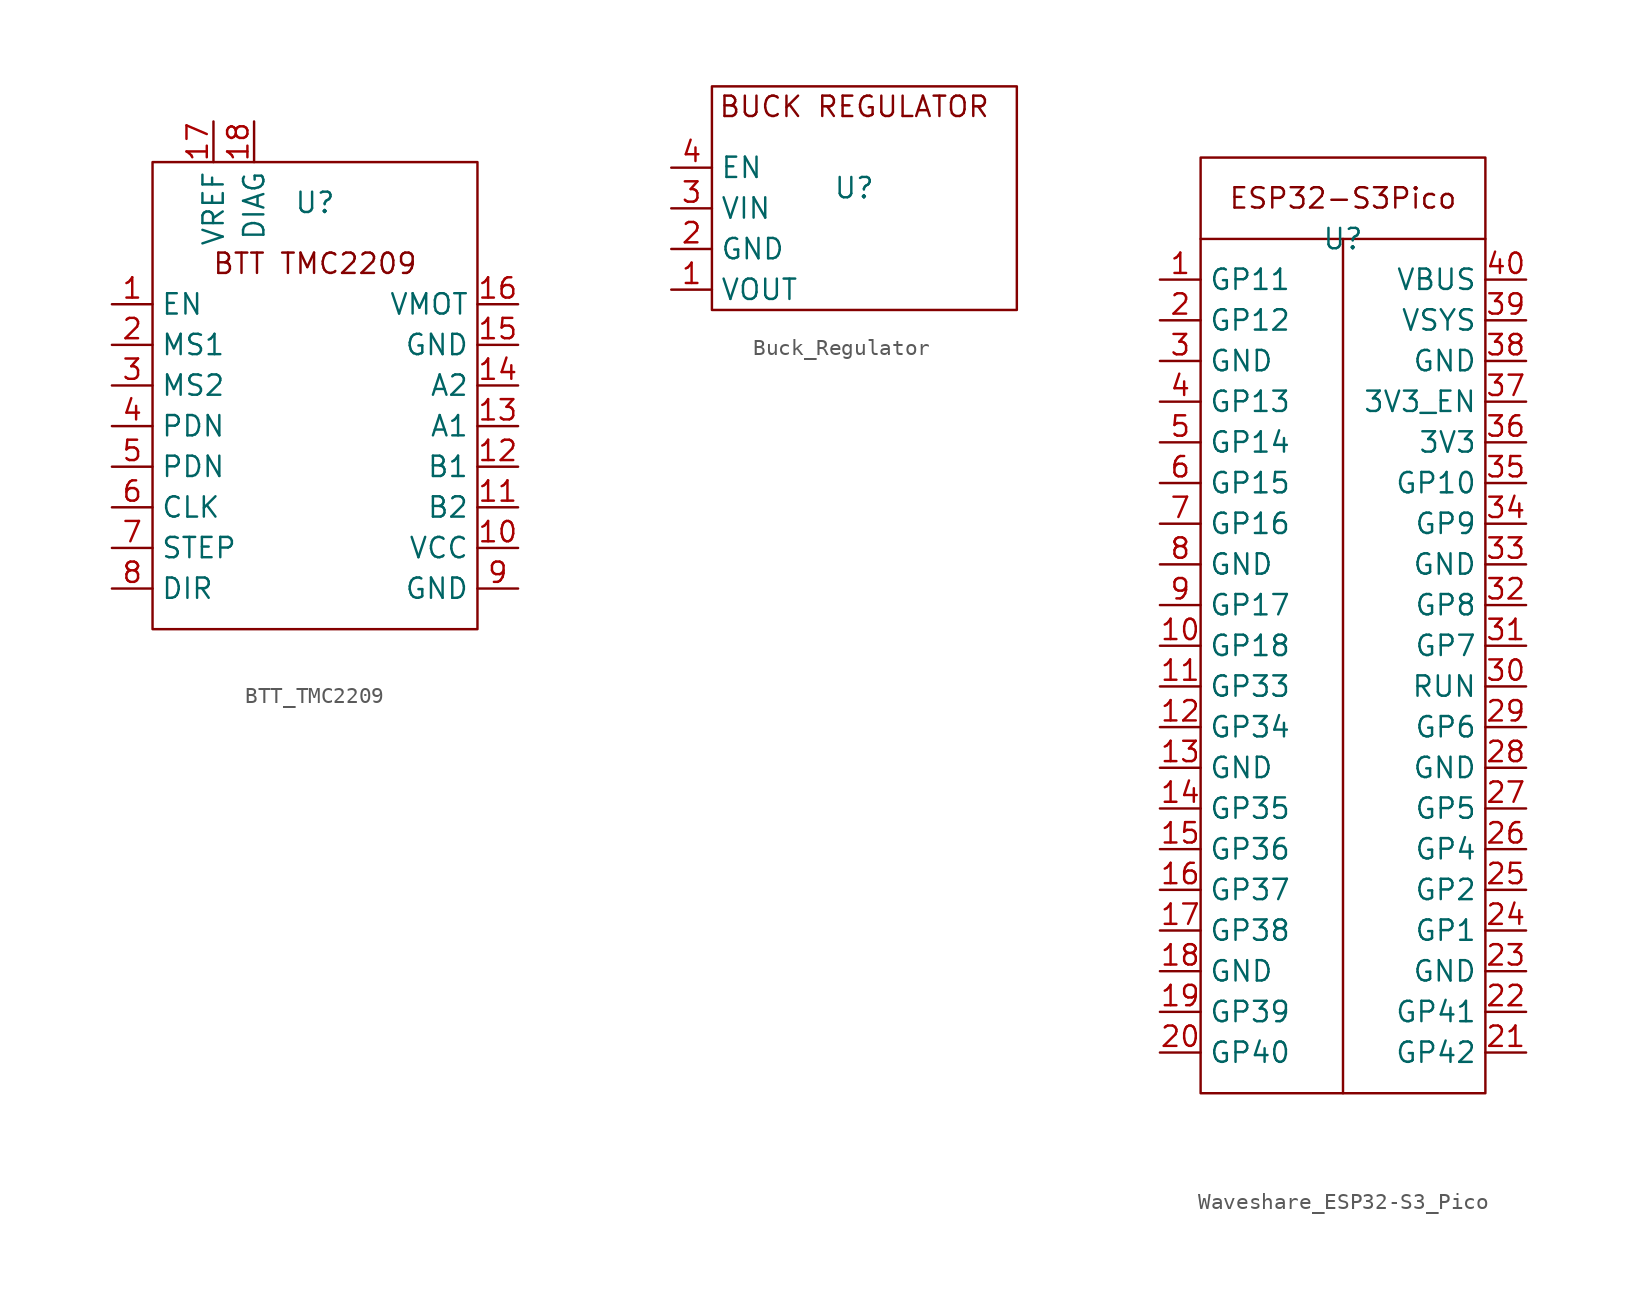
<source format=kicad_sym>
(kicad_symbol_lib
  (version 20220914)
  (generator kicad_symbol_editor)
  (symbol "BTT_TMC2209"
    (property "Reference" "U"
      (at 0 0 0)
      (effects (font (size 1.27 1.27))))
    (property "Value" ""
      (at 0 0 0)
      (effects (font (size 1.27 1.27))))
    (symbol "BTT_TMC2209_0_1"
      (rectangle (start -10.16 2.54) (end 10.16 -26.67) (stroke (width 0) (type default)) (fill (type none))))
    (symbol "BTT_TMC2209_1_1"
      (text "BTT TMC2209\n" (at 0 -3.81 0) (effects (font (size 1.27 1.27))))
      (pin input line (at -12.7 -6.35 0) (length 2.54) (name "EN" (effects (font (size 1.27 1.27)))) (number "1" (effects (font (size 1.27 1.27)))))
      (pin power_in line (at 12.7 -21.59 180) (length 2.54) (name "VCC" (effects (font (size 1.27 1.27)))) (number "10" (effects (font (size 1.27 1.27)))))
      (pin power_out line (at 12.7 -19.05 180) (length 2.54) (name "B2" (effects (font (size 1.27 1.27)))) (number "11" (effects (font (size 1.27 1.27)))))
      (pin power_out line (at 12.7 -16.51 180) (length 2.54) (name "B1" (effects (font (size 1.27 1.27)))) (number "12" (effects (font (size 1.27 1.27)))))
      (pin power_out line (at 12.7 -13.97 180) (length 2.54) (name "A1" (effects (font (size 1.27 1.27)))) (number "13" (effects (font (size 1.27 1.27)))))
      (pin power_out line (at 12.7 -11.43 180) (length 2.54) (name "A2" (effects (font (size 1.27 1.27)))) (number "14" (effects (font (size 1.27 1.27)))))
      (pin power_in line (at 12.7 -8.89 180) (length 2.54) (name "GND" (effects (font (size 1.27 1.27)))) (number "15" (effects (font (size 1.27 1.27)))))
      (pin power_in line (at 12.7 -6.35 180) (length 2.54) (name "VMOT" (effects (font (size 1.27 1.27)))) (number "16" (effects (font (size 1.27 1.27)))))
      (pin output line (at -6.35 5.08 270) (length 2.54) (name "VREF" (effects (font (size 1.27 1.27)))) (number "17" (effects (font (size 1.27 1.27)))))
      (pin output line (at -3.81 5.08 270) (length 2.54) (name "DIAG" (effects (font (size 1.27 1.27)))) (number "18" (effects (font (size 1.27 1.27)))))
      (pin input line (at -12.7 -8.89 0) (length 2.54) (name "MS1" (effects (font (size 1.27 1.27)))) (number "2" (effects (font (size 1.27 1.27)))))
      (pin input line (at -12.7 -11.43 0) (length 2.54) (name "MS2" (effects (font (size 1.27 1.27)))) (number "3" (effects (font (size 1.27 1.27)))))
      (pin input line (at -12.7 -13.97 0) (length 2.54) (name "PDN" (effects (font (size 1.27 1.27)))) (number "4" (effects (font (size 1.27 1.27)))))
      (pin input line (at -12.7 -16.51 0) (length 2.54) (name "PDN" (effects (font (size 1.27 1.27)))) (number "5" (effects (font (size 1.27 1.27)))))
      (pin input line (at -12.7 -19.05 0) (length 2.54) (name "CLK" (effects (font (size 1.27 1.27)))) (number "6" (effects (font (size 1.27 1.27)))))
      (pin input line (at -12.7 -21.59 0) (length 2.54) (name "STEP" (effects (font (size 1.27 1.27)))) (number "7" (effects (font (size 1.27 1.27)))))
      (pin input line (at -12.7 -24.13 0) (length 2.54) (name "DIR" (effects (font (size 1.27 1.27)))) (number "8" (effects (font (size 1.27 1.27)))))
      (pin power_in line (at 12.7 -24.13 180) (length 2.54) (name "GND" (effects (font (size 1.27 1.27)))) (number "9" (effects (font (size 1.27 1.27)))))))
  (symbol "Buck_Regulator"
    (property "Reference" "U"
      (at 0 0 0)
      (effects (font (size 1.27 1.27))))
    (property "Value" ""
      (at 0 0 0)
      (effects (font (size 1.27 1.27))))
    (symbol "Buck_Regulator_0_1"
      (rectangle (start -8.89 6.35) (end 10.16 -7.62) (stroke (width 0) (type default)) (fill (type none))))
    (symbol "Buck_Regulator_1_1"
      (text "BUCK REGULATOR" (at 0 5.08 0) (effects (font (size 1.27 1.27))))
      (pin power_out line (at -11.43 -6.35 0) (length 2.54) (name "VOUT" (effects (font (size 1.27 1.27)))) (number "1" (effects (font (size 1.27 1.27)))))
      (pin power_in line (at -11.43 -3.81 0) (length 2.54) (name "GND" (effects (font (size 1.27 1.27)))) (number "2" (effects (font (size 1.27 1.27)))))
      (pin power_in line (at -11.43 -1.27 0) (length 2.54) (name "VIN" (effects (font (size 1.27 1.27)))) (number "3" (effects (font (size 1.27 1.27)))))
      (pin input line (at -11.43 1.27 0) (length 2.54) (name "EN" (effects (font (size 1.27 1.27)))) (number "4" (effects (font (size 1.27 1.27)))))))
  (symbol "Waveshare_ESP32-S3_Pico"
    (property "Reference" "U"
      (at 0 0 0)
      (effects (font (size 1.27 1.27))))
    (property "Value" ""
      (at 0 0 0)
      (effects (font (size 1.27 1.27))))
    (symbol "Waveshare_ESP32-S3_Pico_0_1"
      (rectangle (start -8.89 5.08) (end 8.89 -53.34) (stroke (width 0) (type default)) (fill (type none)))
      (polyline (pts (xy -8.89 0) (xy 8.89 0)) (stroke (width 0) (type default)) (fill (type none)))
      (polyline (pts (xy 0 0) (xy 0 -53.34)) (stroke (width 0) (type default)) (fill (type none))))
    (symbol "Waveshare_ESP32-S3_Pico_1_1"
      (text "ESP32-S3Pico" (at 0 2.54 0) (effects (font (size 1.27 1.27))))
      (pin bidirectional line (at -11.43 -2.54 0) (length 2.54) (name "GP11" (effects (font (size 1.27 1.27)))) (number "1" (effects (font (size 1.27 1.27)))))
      (pin bidirectional line (at -11.43 -25.4 0) (length 2.54) (name "GP18" (effects (font (size 1.27 1.27)))) (number "10" (effects (font (size 1.27 1.27)))))
      (pin bidirectional line (at -11.43 -27.94 0) (length 2.54) (name "GP33" (effects (font (size 1.27 1.27)))) (number "11" (effects (font (size 1.27 1.27)))))
      (pin bidirectional line (at -11.43 -30.48 0) (length 2.54) (name "GP34" (effects (font (size 1.27 1.27)))) (number "12" (effects (font (size 1.27 1.27)))))
      (pin power_in line (at -11.43 -33.02 0) (length 2.54) (name "GND" (effects (font (size 1.27 1.27)))) (number "13" (effects (font (size 1.27 1.27)))))
      (pin bidirectional line (at -11.43 -35.56 0) (length 2.54) (name "GP35" (effects (font (size 1.27 1.27)))) (number "14" (effects (font (size 1.27 1.27)))))
      (pin bidirectional line (at -11.43 -38.1 0) (length 2.54) (name "GP36" (effects (font (size 1.27 1.27)))) (number "15" (effects (font (size 1.27 1.27)))))
      (pin bidirectional line (at -11.43 -40.64 0) (length 2.54) (name "GP37" (effects (font (size 1.27 1.27)))) (number "16" (effects (font (size 1.27 1.27)))))
      (pin bidirectional line (at -11.43 -43.18 0) (length 2.54) (name "GP38" (effects (font (size 1.27 1.27)))) (number "17" (effects (font (size 1.27 1.27)))))
      (pin power_in line (at -11.43 -45.72 0) (length 2.54) (name "GND" (effects (font (size 1.27 1.27)))) (number "18" (effects (font (size 1.27 1.27)))))
      (pin bidirectional line (at -11.43 -48.26 0) (length 2.54) (name "GP39" (effects (font (size 1.27 1.27)))) (number "19" (effects (font (size 1.27 1.27)))))
      (pin bidirectional line (at -11.43 -5.08 0) (length 2.54) (name "GP12" (effects (font (size 1.27 1.27)))) (number "2" (effects (font (size 1.27 1.27)))))
      (pin bidirectional line (at -11.43 -50.8 0) (length 2.54) (name "GP40" (effects (font (size 1.27 1.27)))) (number "20" (effects (font (size 1.27 1.27)))))
      (pin bidirectional line (at 11.43 -50.8 180) (length 2.54) (name "GP42" (effects (font (size 1.27 1.27)))) (number "21" (effects (font (size 1.27 1.27)))))
      (pin bidirectional line (at 11.43 -48.26 180) (length 2.54) (name "GP41" (effects (font (size 1.27 1.27)))) (number "22" (effects (font (size 1.27 1.27)))))
      (pin power_in line (at 11.43 -45.72 180) (length 2.54) (name "GND" (effects (font (size 1.27 1.27)))) (number "23" (effects (font (size 1.27 1.27)))))
      (pin bidirectional line (at 11.43 -43.18 180) (length 2.54) (name "GP1" (effects (font (size 1.27 1.27)))) (number "24" (effects (font (size 1.27 1.27)))))
      (pin bidirectional line (at 11.43 -40.64 180) (length 2.54) (name "GP2" (effects (font (size 1.27 1.27)))) (number "25" (effects (font (size 1.27 1.27)))))
      (pin bidirectional line (at 11.43 -38.1 180) (length 2.54) (name "GP4" (effects (font (size 1.27 1.27)))) (number "26" (effects (font (size 1.27 1.27)))))
      (pin bidirectional line (at 11.43 -35.56 180) (length 2.54) (name "GP5" (effects (font (size 1.27 1.27)))) (number "27" (effects (font (size 1.27 1.27)))))
      (pin power_in line (at 11.43 -33.02 180) (length 2.54) (name "GND" (effects (font (size 1.27 1.27)))) (number "28" (effects (font (size 1.27 1.27)))))
      (pin bidirectional line (at 11.43 -30.48 180) (length 2.54) (name "GP6" (effects (font (size 1.27 1.27)))) (number "29" (effects (font (size 1.27 1.27)))))
      (pin power_in line (at -11.43 -7.62 0) (length 2.54) (name "GND" (effects (font (size 1.27 1.27)))) (number "3" (effects (font (size 1.27 1.27)))))
      (pin input line (at 11.43 -27.94 180) (length 2.54) (name "RUN" (effects (font (size 1.27 1.27)))) (number "30" (effects (font (size 1.27 1.27)))))
      (pin bidirectional line (at 11.43 -25.4 180) (length 2.54) (name "GP7" (effects (font (size 1.27 1.27)))) (number "31" (effects (font (size 1.27 1.27)))))
      (pin bidirectional line (at 11.43 -22.86 180) (length 2.54) (name "GP8" (effects (font (size 1.27 1.27)))) (number "32" (effects (font (size 1.27 1.27)))))
      (pin power_in line (at 11.43 -20.32 180) (length 2.54) (name "GND" (effects (font (size 1.27 1.27)))) (number "33" (effects (font (size 1.27 1.27)))))
      (pin bidirectional line (at 11.43 -17.78 180) (length 2.54) (name "GP9" (effects (font (size 1.27 1.27)))) (number "34" (effects (font (size 1.27 1.27)))))
      (pin bidirectional line (at 11.43 -15.24 180) (length 2.54) (name "GP10" (effects (font (size 1.27 1.27)))) (number "35" (effects (font (size 1.27 1.27)))))
      (pin power_out line (at 11.43 -12.7 180) (length 2.54) (name "3V3" (effects (font (size 1.27 1.27)))) (number "36" (effects (font (size 1.27 1.27)))))
      (pin input line (at 11.43 -10.16 180) (length 2.54) (name "3V3_EN" (effects (font (size 1.27 1.27)))) (number "37" (effects (font (size 1.27 1.27)))))
      (pin power_in line (at 11.43 -7.62 180) (length 2.54) (name "GND" (effects (font (size 1.27 1.27)))) (number "38" (effects (font (size 1.27 1.27)))))
      (pin power_in line (at 11.43 -5.08 180) (length 2.54) (name "VSYS" (effects (font (size 1.27 1.27)))) (number "39" (effects (font (size 1.27 1.27)))))
      (pin bidirectional line (at -11.43 -10.16 0) (length 2.54) (name "GP13" (effects (font (size 1.27 1.27)))) (number "4" (effects (font (size 1.27 1.27)))))
      (pin power_in line (at 11.43 -2.54 180) (length 2.54) (name "VBUS" (effects (font (size 1.27 1.27)))) (number "40" (effects (font (size 1.27 1.27)))))
      (pin bidirectional line (at -11.43 -12.7 0) (length 2.54) (name "GP14" (effects (font (size 1.27 1.27)))) (number "5" (effects (font (size 1.27 1.27)))))
      (pin bidirectional line (at -11.43 -15.24 0) (length 2.54) (name "GP15" (effects (font (size 1.27 1.27)))) (number "6" (effects (font (size 1.27 1.27)))))
      (pin bidirectional line (at -11.43 -17.78 0) (length 2.54) (name "GP16" (effects (font (size 1.27 1.27)))) (number "7" (effects (font (size 1.27 1.27)))))
      (pin power_in line (at -11.43 -20.32 0) (length 2.54) (name "GND" (effects (font (size 1.27 1.27)))) (number "8" (effects (font (size 1.27 1.27)))))
      (pin bidirectional line (at -11.43 -22.86 0) (length 2.54) (name "GP17" (effects (font (size 1.27 1.27)))) (number "9" (effects (font (size 1.27 1.27))))))))
</source>
